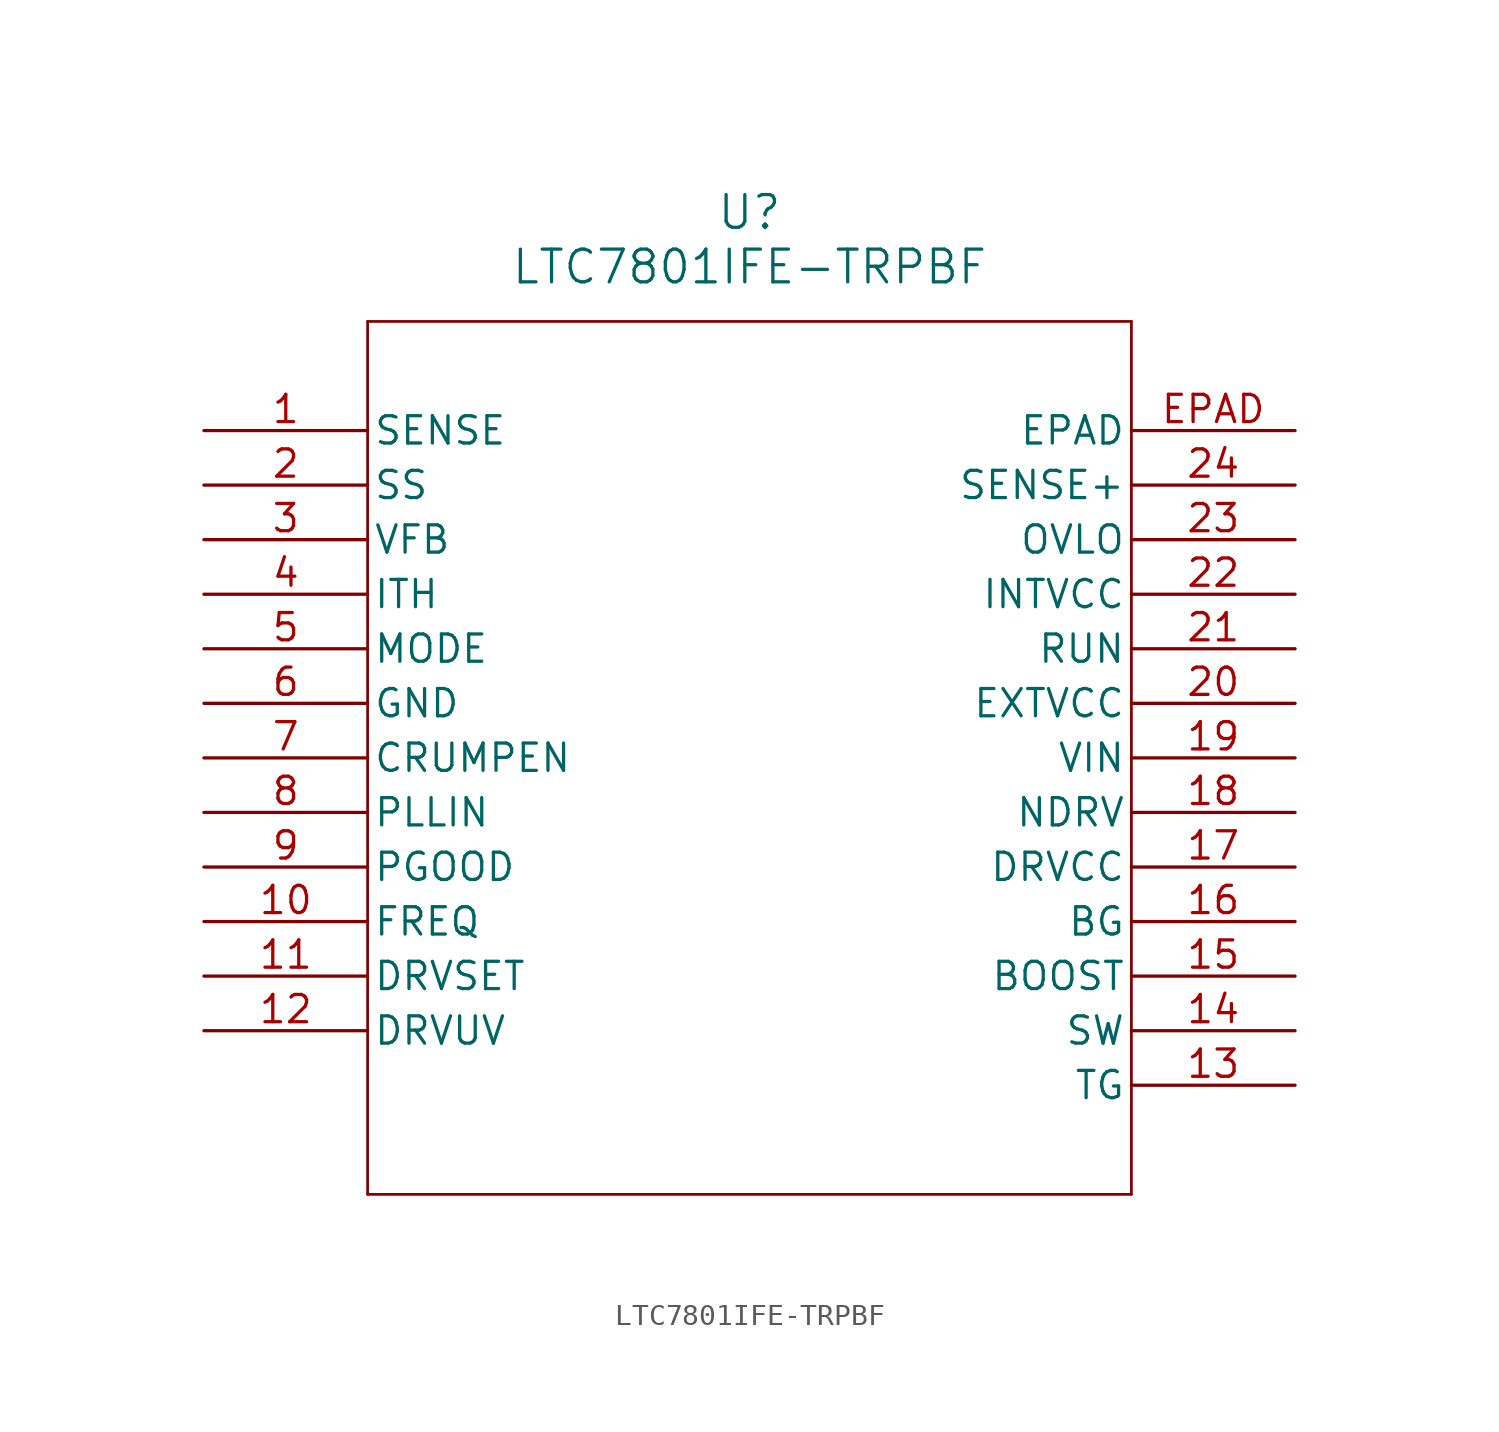
<source format=kicad_sym>
(kicad_symbol_lib
  (version 20211014)
  (generator kicad_symbol_editor)
  (symbol "LTC7801IFE-TRPBF"
    (pin_names
      (offset 0.254))
    (property "Reference" "U"
      (at 25.4 10.16 0)
      (effects (font (size 1.524 1.524))))
    (property "Value" "LTC7801IFE-TRPBF"
      (at 25.4 7.62 0)
      (effects (font (size 1.524 1.524))))
    (symbol "LTC7801IFE-TRPBF_0_1"
      (polyline (pts (xy 7.62 5.08) (xy 7.62 -35.56)) (stroke (width 0.127) (type default) (color 0 0 0 0)) (fill (type none)))
      (polyline (pts (xy 7.62 -35.56) (xy 43.18 -35.56)) (stroke (width 0.127) (type default) (color 0 0 0 0)) (fill (type none)))
      (polyline (pts (xy 43.18 -35.56) (xy 43.18 5.08)) (stroke (width 0.127) (type default) (color 0 0 0 0)) (fill (type none)))
      (polyline (pts (xy 43.18 5.08) (xy 7.62 5.08)) (stroke (width 0.127) (type default) (color 0 0 0 0)) (fill (type none)))
      (pin unspecified line (at 0 0 0) (length 7.62) (name "SENSE" (effects (font (size 1.27 1.27)))) (number "1" (effects (font (size 1.27 1.27)))))
      (pin unspecified line (at 0 -2.54 0) (length 7.62) (name "SS" (effects (font (size 1.27 1.27)))) (number "2" (effects (font (size 1.27 1.27)))))
      (pin unspecified line (at 0 -5.08 0) (length 7.62) (name "VFB" (effects (font (size 1.27 1.27)))) (number "3" (effects (font (size 1.27 1.27)))))
      (pin unspecified line (at 0 -7.62 0) (length 7.62) (name "ITH" (effects (font (size 1.27 1.27)))) (number "4" (effects (font (size 1.27 1.27)))))
      (pin unspecified line (at 0 -10.16 0) (length 7.62) (name "MODE" (effects (font (size 1.27 1.27)))) (number "5" (effects (font (size 1.27 1.27)))))
      (pin power_out line (at 0 -12.7 0) (length 7.62) (name "GND" (effects (font (size 1.27 1.27)))) (number "6" (effects (font (size 1.27 1.27)))))
      (pin unspecified line (at 0 -15.24 0) (length 7.62) (name "CRUMPEN" (effects (font (size 1.27 1.27)))) (number "7" (effects (font (size 1.27 1.27)))))
      (pin unspecified line (at 0 -17.78 0) (length 7.62) (name "PLLIN" (effects (font (size 1.27 1.27)))) (number "8" (effects (font (size 1.27 1.27)))))
      (pin unspecified line (at 0 -20.32 0) (length 7.62) (name "PGOOD" (effects (font (size 1.27 1.27)))) (number "9" (effects (font (size 1.27 1.27)))))
      (pin unspecified line (at 0 -22.86 0) (length 7.62) (name "FREQ" (effects (font (size 1.27 1.27)))) (number "10" (effects (font (size 1.27 1.27)))))
      (pin unspecified line (at 0 -25.4 0) (length 7.62) (name "DRVSET" (effects (font (size 1.27 1.27)))) (number "11" (effects (font (size 1.27 1.27)))))
      (pin unspecified line (at 0 -27.94 0) (length 7.62) (name "DRVUV" (effects (font (size 1.27 1.27)))) (number "12" (effects (font (size 1.27 1.27)))))
      (pin unspecified line (at 50.8 -30.48 180) (length 7.62) (name "TG" (effects (font (size 1.27 1.27)))) (number "13" (effects (font (size 1.27 1.27)))))
      (pin unspecified line (at 50.8 -27.94 180) (length 7.62) (name "SW" (effects (font (size 1.27 1.27)))) (number "14" (effects (font (size 1.27 1.27)))))
      (pin unspecified line (at 50.8 -25.4 180) (length 7.62) (name "BOOST" (effects (font (size 1.27 1.27)))) (number "15" (effects (font (size 1.27 1.27)))))
      (pin unspecified line (at 50.8 -22.86 180) (length 7.62) (name "BG" (effects (font (size 1.27 1.27)))) (number "16" (effects (font (size 1.27 1.27)))))
      (pin unspecified line (at 50.8 -20.32 180) (length 7.62) (name "DRVCC" (effects (font (size 1.27 1.27)))) (number "17" (effects (font (size 1.27 1.27)))))
      (pin unspecified line (at 50.8 -17.78 180) (length 7.62) (name "NDRV" (effects (font (size 1.27 1.27)))) (number "18" (effects (font (size 1.27 1.27)))))
      (pin unspecified line (at 50.8 -15.24 180) (length 7.62) (name "VIN" (effects (font (size 1.27 1.27)))) (number "19" (effects (font (size 1.27 1.27)))))
      (pin unspecified line (at 50.8 -12.7 180) (length 7.62) (name "EXTVCC" (effects (font (size 1.27 1.27)))) (number "20" (effects (font (size 1.27 1.27)))))
      (pin unspecified line (at 50.8 -10.16 180) (length 7.62) (name "RUN" (effects (font (size 1.27 1.27)))) (number "21" (effects (font (size 1.27 1.27)))))
      (pin unspecified line (at 50.8 -7.62 180) (length 7.62) (name "INTVCC" (effects (font (size 1.27 1.27)))) (number "22" (effects (font (size 1.27 1.27)))))
      (pin unspecified line (at 50.8 -5.08 180) (length 7.62) (name "OVLO" (effects (font (size 1.27 1.27)))) (number "23" (effects (font (size 1.27 1.27)))))
      (pin unspecified line (at 50.8 -2.54 180) (length 7.62) (name "SENSE+" (effects (font (size 1.27 1.27)))) (number "24" (effects (font (size 1.27 1.27)))))
      (pin unspecified line (at 50.8 0 180) (length 7.62) (name "EPAD" (effects (font (size 1.27 1.27)))) (number "EPAD" (effects (font (size 1.27 1.27))))))))
</source>
